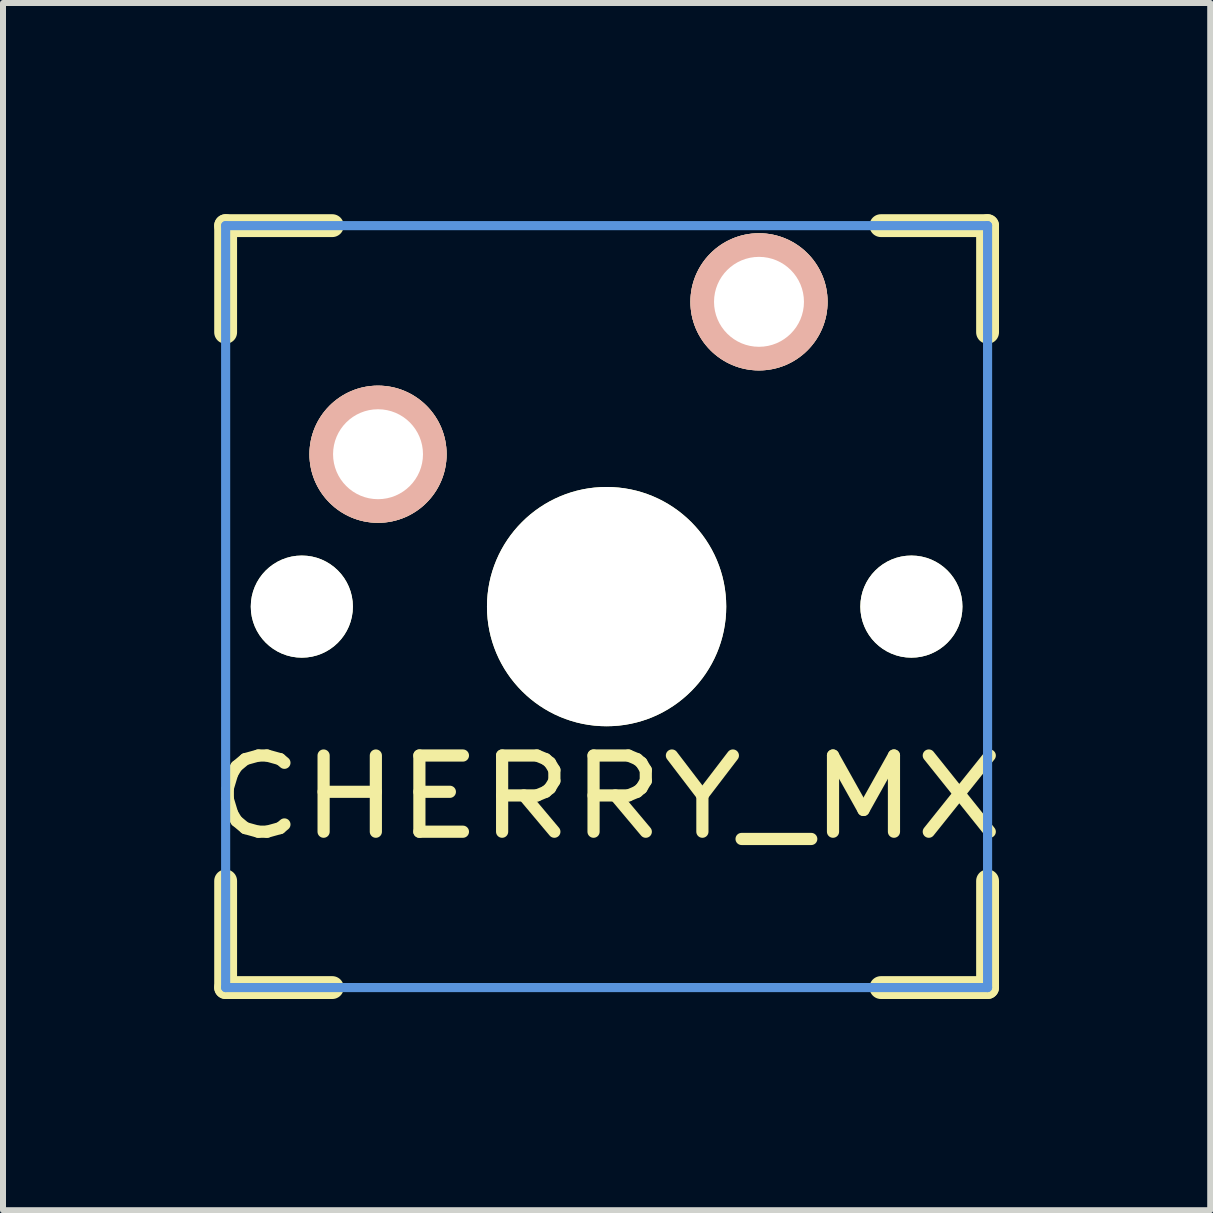
<source format=kicad_pcb>
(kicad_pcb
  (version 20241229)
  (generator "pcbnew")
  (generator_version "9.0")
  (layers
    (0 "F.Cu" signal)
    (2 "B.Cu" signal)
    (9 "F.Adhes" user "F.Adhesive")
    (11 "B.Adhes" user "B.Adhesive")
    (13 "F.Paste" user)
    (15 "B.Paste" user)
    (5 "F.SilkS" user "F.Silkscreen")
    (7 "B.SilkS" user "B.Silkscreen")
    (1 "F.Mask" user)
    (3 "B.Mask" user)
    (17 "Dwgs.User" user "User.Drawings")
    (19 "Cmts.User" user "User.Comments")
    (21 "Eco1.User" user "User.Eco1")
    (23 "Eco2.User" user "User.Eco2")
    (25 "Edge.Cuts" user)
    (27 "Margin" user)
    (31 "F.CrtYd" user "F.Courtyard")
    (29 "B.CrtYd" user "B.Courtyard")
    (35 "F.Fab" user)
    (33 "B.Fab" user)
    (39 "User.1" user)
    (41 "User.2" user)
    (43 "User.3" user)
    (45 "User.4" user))
  (footprint "CHERRY_MX"
    (layer "F.Cu")
    (at 7.061 7.061)
    (property "Reference" "CHERRY_MX" (at 0 3.175 0) (layer "F.SilkS") (effects (font (size 1.27 1.524) (thickness 0.203))))
    (attr through_hole)
    (fp_line (start -6.35 -6.35) (end -4.572 -6.35) (stroke (width 0.381) (type solid)) (layer "F.SilkS"))
    (fp_line (start -6.35 -4.572) (end -6.35 -6.35) (stroke (width 0.381) (type solid)) (layer "F.SilkS"))
    (fp_line (start -6.35 6.35) (end -6.35 4.572) (stroke (width 0.381) (type solid)) (layer "F.SilkS"))
    (fp_line (start -4.572 6.35) (end -6.35 6.35) (stroke (width 0.381) (type solid)) (layer "F.SilkS"))
    (fp_line (start 4.572 -6.35) (end 6.35 -6.35) (stroke (width 0.381) (type solid)) (layer "F.SilkS"))
    (fp_line (start 6.35 -6.35) (end 6.35 -4.572) (stroke (width 0.381) (type solid)) (layer "F.SilkS"))
    (fp_line (start 6.35 4.572) (end 6.35 6.35) (stroke (width 0.381) (type solid)) (layer "F.SilkS"))
    (fp_line (start 6.35 6.35) (end 4.572 6.35) (stroke (width 0.381) (type solid)) (layer "F.SilkS"))
    (fp_line (start -6.35 -6.35) (end 6.35 -6.35) (stroke (width 0.152) (type solid)) (layer "Cmts.User"))
    (fp_line (start -6.35 6.35) (end -6.35 -6.35) (stroke (width 0.152) (type solid)) (layer "Cmts.User"))
    (fp_line (start 6.35 -6.35) (end 6.35 6.35) (stroke (width 0.152) (type solid)) (layer "Cmts.User"))
    (fp_line (start 6.35 6.35) (end -6.35 6.35) (stroke (width 0.152) (type solid)) (layer "Cmts.User"))
    (fp_line (start -6.985 -6.985) (end 6.985 -6.985) (stroke (width 0.152) (type solid)) (layer "Eco2.User"))
    (fp_line (start -6.985 6.985) (end -6.985 -6.985) (stroke (width 0.152) (type solid)) (layer "Eco2.User"))
    (fp_line (start 6.985 -6.985) (end 6.985 6.985) (stroke (width 0.152) (type solid)) (layer "Eco2.User"))
    (fp_line (start 6.985 6.985) (end -6.985 6.985) (stroke (width 0.152) (type solid)) (layer "Eco2.User"))
    (pad "" np_thru_hole circle (at -5.08 0) (size 1.702 1.702) (drill 1.702) (layers "*.Cu" "*.Mask" "F.SilkS"))
    (pad "" np_thru_hole circle (at 0 0) (size 3.988 3.988) (drill 3.988) (layers "*.Cu" "*.Mask" "F.SilkS"))
    (pad "" np_thru_hole circle (at 5.08 0) (size 1.702 1.702) (drill 1.702) (layers "*.Cu" "*.Mask" "F.SilkS"))
    (pad "1" thru_hole circle (at 2.54 -5.08) (size 2.286 2.286) (drill 1.499) (layers "*.Cu" "*.SilkS" "*.Mask"))
    (pad "2" thru_hole circle (at -3.81 -2.54) (size 2.286 2.286) (drill 1.499) (layers "*.Cu" "*.SilkS" "*.Mask")))
  (gr_rect
    (start -3 -3)
    (end 17.122 17.122)
    (stroke (width 0.1) (type default))
    (fill no)
    (layer "Edge.Cuts")))
</source>
